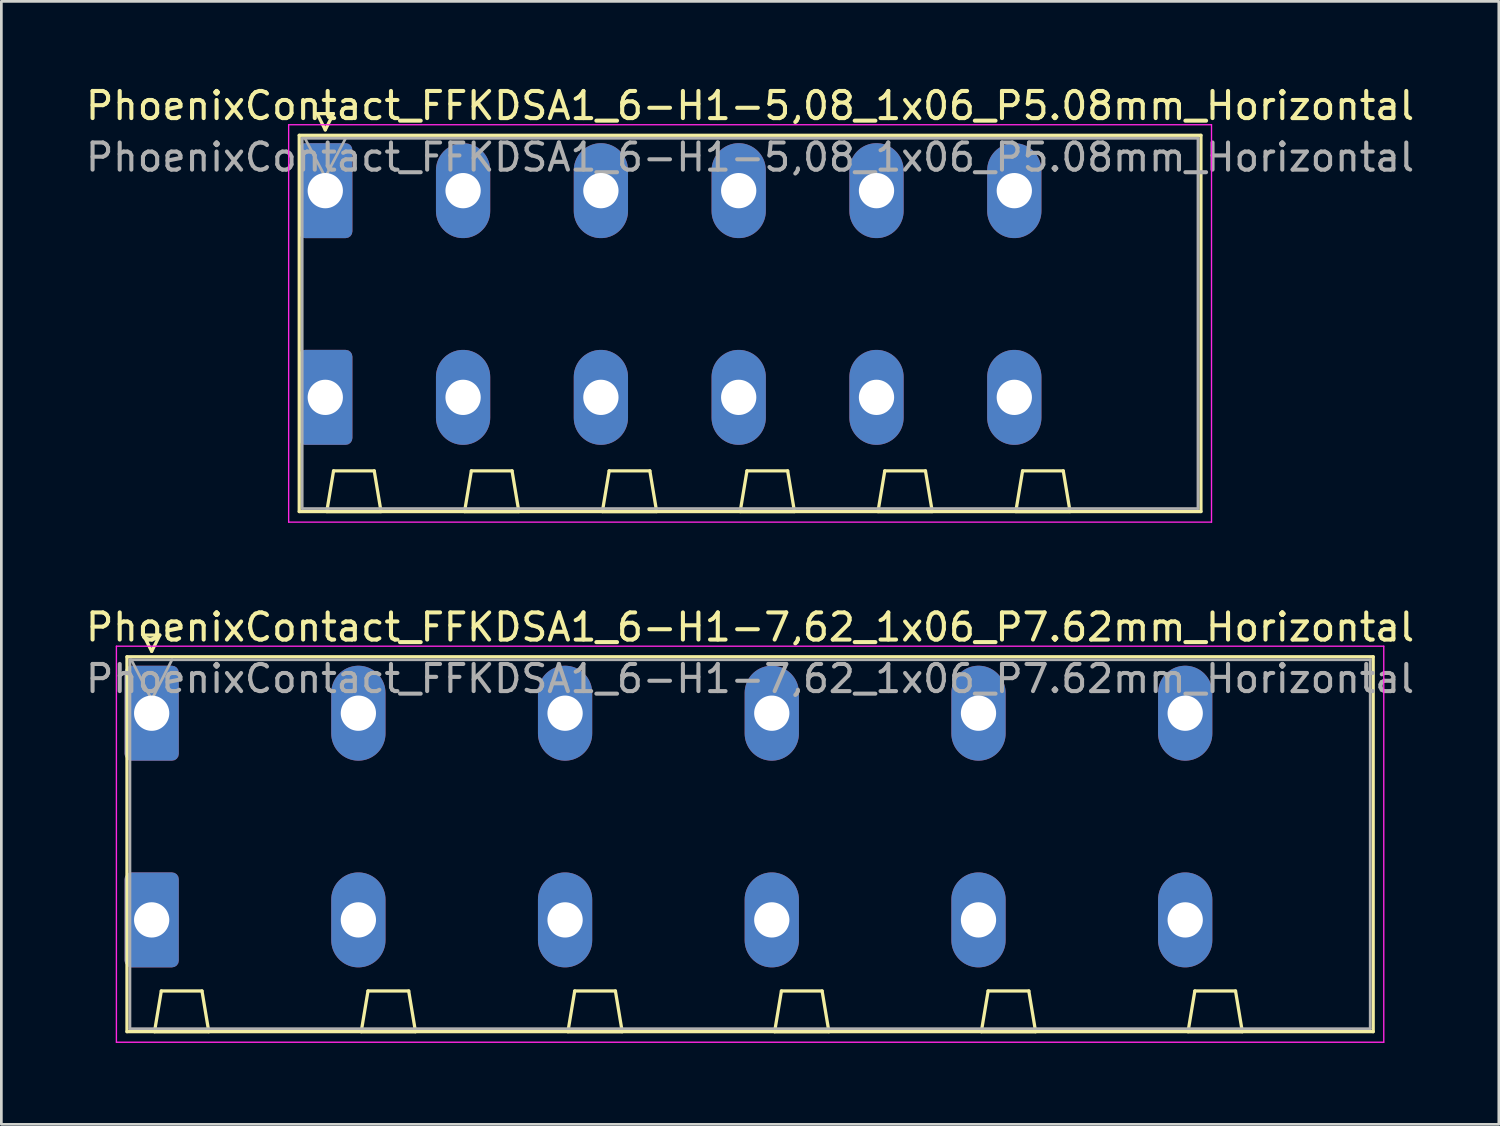
<source format=kicad_pcb>
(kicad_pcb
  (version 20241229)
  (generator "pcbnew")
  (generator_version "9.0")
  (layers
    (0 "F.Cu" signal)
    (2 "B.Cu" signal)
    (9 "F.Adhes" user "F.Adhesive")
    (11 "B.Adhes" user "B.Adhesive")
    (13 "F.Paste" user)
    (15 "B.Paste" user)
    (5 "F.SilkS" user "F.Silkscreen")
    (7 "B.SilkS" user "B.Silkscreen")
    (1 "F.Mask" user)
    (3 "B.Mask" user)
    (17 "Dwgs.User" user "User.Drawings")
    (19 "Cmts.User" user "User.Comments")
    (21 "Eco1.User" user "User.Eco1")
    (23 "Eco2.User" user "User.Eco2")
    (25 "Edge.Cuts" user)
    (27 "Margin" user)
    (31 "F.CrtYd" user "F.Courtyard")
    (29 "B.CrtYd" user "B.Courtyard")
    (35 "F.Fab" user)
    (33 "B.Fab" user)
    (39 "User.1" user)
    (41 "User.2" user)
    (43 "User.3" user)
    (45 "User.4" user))
  (footprint "PhoenixContact_FFKDSA1_6-H1-5,08_1x06_P5.08mm_Horizontal"
    (layer "F.Cu")
    (at 8.941 3.978)
    (property "Reference" "PhoenixContact_FFKDSA1_6-H1-5,08_1x06_P5.08mm_Horizontal" (at 15.66 -3.13 0) (layer "F.SilkS") (effects (font (size 1 1) (thickness 0.15))))
    (attr through_hole)
    (fp_line (start -0.96 -2.04) (end -0.96 11.83) (stroke (width 0.12) (type solid)) (layer "F.SilkS"))
    (fp_line (start -0.96 11.83) (end 32.28 11.83) (stroke (width 0.12) (type solid)) (layer "F.SilkS"))
    (fp_line (start -0.3 -2.84) (end 0.3 -2.84) (stroke (width 0.12) (type solid)) (layer "F.SilkS"))
    (fp_line (start 0 -2.24) (end -0.3 -2.84) (stroke (width 0.12) (type solid)) (layer "F.SilkS"))
    (fp_line (start 0.055 11.83) (end 2.055 11.83) (stroke (width 0.12) (type solid)) (layer "F.SilkS"))
    (fp_line (start 0.3 -2.84) (end 0 -2.24) (stroke (width 0.12) (type solid)) (layer "F.SilkS"))
    (fp_line (start 0.305 10.33) (end 0.055 11.83) (stroke (width 0.12) (type solid)) (layer "F.SilkS"))
    (fp_line (start 1.805 10.33) (end 0.305 10.33) (stroke (width 0.12) (type solid)) (layer "F.SilkS"))
    (fp_line (start 2.055 11.83) (end 1.805 10.33) (stroke (width 0.12) (type solid)) (layer "F.SilkS"))
    (fp_line (start 5.135 11.83) (end 7.135 11.83) (stroke (width 0.12) (type solid)) (layer "F.SilkS"))
    (fp_line (start 5.385 10.33) (end 5.135 11.83) (stroke (width 0.12) (type solid)) (layer "F.SilkS"))
    (fp_line (start 6.885 10.33) (end 5.385 10.33) (stroke (width 0.12) (type solid)) (layer "F.SilkS"))
    (fp_line (start 7.135 11.83) (end 6.885 10.33) (stroke (width 0.12) (type solid)) (layer "F.SilkS"))
    (fp_line (start 10.215 11.83) (end 12.215 11.83) (stroke (width 0.12) (type solid)) (layer "F.SilkS"))
    (fp_line (start 10.465 10.33) (end 10.215 11.83) (stroke (width 0.12) (type solid)) (layer "F.SilkS"))
    (fp_line (start 11.965 10.33) (end 10.465 10.33) (stroke (width 0.12) (type solid)) (layer "F.SilkS"))
    (fp_line (start 12.215 11.83) (end 11.965 10.33) (stroke (width 0.12) (type solid)) (layer "F.SilkS"))
    (fp_line (start 15.295 11.83) (end 17.295 11.83) (stroke (width 0.12) (type solid)) (layer "F.SilkS"))
    (fp_line (start 15.545 10.33) (end 15.295 11.83) (stroke (width 0.12) (type solid)) (layer "F.SilkS"))
    (fp_line (start 17.045 10.33) (end 15.545 10.33) (stroke (width 0.12) (type solid)) (layer "F.SilkS"))
    (fp_line (start 17.295 11.83) (end 17.045 10.33) (stroke (width 0.12) (type solid)) (layer "F.SilkS"))
    (fp_line (start 20.375 11.83) (end 22.375 11.83) (stroke (width 0.12) (type solid)) (layer "F.SilkS"))
    (fp_line (start 20.625 10.33) (end 20.375 11.83) (stroke (width 0.12) (type solid)) (layer "F.SilkS"))
    (fp_line (start 22.125 10.33) (end 20.625 10.33) (stroke (width 0.12) (type solid)) (layer "F.SilkS"))
    (fp_line (start 22.375 11.83) (end 22.125 10.33) (stroke (width 0.12) (type solid)) (layer "F.SilkS"))
    (fp_line (start 25.455 11.83) (end 27.455 11.83) (stroke (width 0.12) (type solid)) (layer "F.SilkS"))
    (fp_line (start 25.705 10.33) (end 25.455 11.83) (stroke (width 0.12) (type solid)) (layer "F.SilkS"))
    (fp_line (start 27.205 10.33) (end 25.705 10.33) (stroke (width 0.12) (type solid)) (layer "F.SilkS"))
    (fp_line (start 27.455 11.83) (end 27.205 10.33) (stroke (width 0.12) (type solid)) (layer "F.SilkS"))
    (fp_line (start 32.28 -2.04) (end -0.96 -2.04) (stroke (width 0.12) (type solid)) (layer "F.SilkS"))
    (fp_line (start 32.28 11.83) (end 32.28 -2.04) (stroke (width 0.12) (type solid)) (layer "F.SilkS"))
    (fp_line (start -1.35 -2.43) (end -1.35 12.22) (stroke (width 0.05) (type solid)) (layer "F.CrtYd"))
    (fp_line (start -1.35 12.22) (end 32.67 12.22) (stroke (width 0.05) (type solid)) (layer "F.CrtYd"))
    (fp_line (start 32.67 -2.43) (end -1.35 -2.43) (stroke (width 0.05) (type solid)) (layer "F.CrtYd"))
    (fp_line (start 32.67 12.22) (end 32.67 -2.43) (stroke (width 0.05) (type solid)) (layer "F.CrtYd"))
    (fp_line (start -0.85 -1.93) (end -0.85 11.72) (stroke (width 0.1) (type solid)) (layer "F.Fab"))
    (fp_line (start -0.85 11.72) (end 32.17 11.72) (stroke (width 0.1) (type solid)) (layer "F.Fab"))
    (fp_line (start 0 -0.5) (end -0.75 -1.93) (stroke (width 0.1) (type solid)) (layer "F.Fab"))
    (fp_line (start 0.75 -1.93) (end 0 -0.5) (stroke (width 0.1) (type solid)) (layer "F.Fab"))
    (fp_line (start 32.17 -1.93) (end -0.85 -1.93) (stroke (width 0.1) (type solid)) (layer "F.Fab"))
    (fp_line (start 32.17 11.72) (end 32.17 -1.93) (stroke (width 0.1) (type solid)) (layer "F.Fab"))
    (fp_text user "${REFERENCE}" (at 15.66 -1.23 0) (layer "F.Fab") (effects (font (size 1 1) (thickness 0.15))))
    (pad "1" thru_hole roundrect (at 0 0) (size 2 3.5) (drill 1.3) (layers "*.Cu" "*.Mask") (roundrect_rratio 0.125))
    (pad "1" thru_hole roundrect (at 0 7.62) (size 2 3.5) (drill 1.3) (layers "*.Cu" "*.Mask") (roundrect_rratio 0.125))
    (pad "2" thru_hole oval (at 5.08 0) (size 2 3.5) (drill 1.3) (layers "*.Cu" "*.Mask"))
    (pad "2" thru_hole oval (at 5.08 7.62) (size 2 3.5) (drill 1.3) (layers "*.Cu" "*.Mask"))
    (pad "3" thru_hole oval (at 10.16 0) (size 2 3.5) (drill 1.3) (layers "*.Cu" "*.Mask"))
    (pad "3" thru_hole oval (at 10.16 7.62) (size 2 3.5) (drill 1.3) (layers "*.Cu" "*.Mask"))
    (pad "4" thru_hole oval (at 15.24 0) (size 2 3.5) (drill 1.3) (layers "*.Cu" "*.Mask"))
    (pad "4" thru_hole oval (at 15.24 7.62) (size 2 3.5) (drill 1.3) (layers "*.Cu" "*.Mask"))
    (pad "5" thru_hole oval (at 20.32 0) (size 2 3.5) (drill 1.3) (layers "*.Cu" "*.Mask"))
    (pad "5" thru_hole oval (at 20.32 7.62) (size 2 3.5) (drill 1.3) (layers "*.Cu" "*.Mask"))
    (pad "6" thru_hole oval (at 25.4 0) (size 2 3.5) (drill 1.3) (layers "*.Cu" "*.Mask"))
    (pad "6" thru_hole oval (at 25.4 7.62) (size 2 3.5) (drill 1.3) (layers "*.Cu" "*.Mask")))
  (footprint "PhoenixContact_FFKDSA1_6-H1-7,62_1x06_P7.62mm_Horizontal"
    (layer "F.Cu")
    (at 2.541 23.241)
    (property "Reference" "PhoenixContact_FFKDSA1_6-H1-7,62_1x06_P7.62mm_Horizontal" (at 22.06 -3.17 0) (layer "F.SilkS") (effects (font (size 1 1) (thickness 0.15))))
    (attr through_hole)
    (fp_line (start -0.91 -2.08) (end -0.91 11.74) (stroke (width 0.12) (type solid)) (layer "F.SilkS"))
    (fp_line (start -0.91 11.74) (end 45.03 11.74) (stroke (width 0.12) (type solid)) (layer "F.SilkS"))
    (fp_line (start -0.3 -2.88) (end 0.3 -2.88) (stroke (width 0.12) (type solid)) (layer "F.SilkS"))
    (fp_line (start 0 -2.28) (end -0.3 -2.88) (stroke (width 0.12) (type solid)) (layer "F.SilkS"))
    (fp_line (start 0.105 11.74) (end 2.105 11.74) (stroke (width 0.12) (type solid)) (layer "F.SilkS"))
    (fp_line (start 0.3 -2.88) (end 0 -2.28) (stroke (width 0.12) (type solid)) (layer "F.SilkS"))
    (fp_line (start 0.355 10.24) (end 0.105 11.74) (stroke (width 0.12) (type solid)) (layer "F.SilkS"))
    (fp_line (start 1.855 10.24) (end 0.355 10.24) (stroke (width 0.12) (type solid)) (layer "F.SilkS"))
    (fp_line (start 2.105 11.74) (end 1.855 10.24) (stroke (width 0.12) (type solid)) (layer "F.SilkS"))
    (fp_line (start 7.725 11.74) (end 9.725 11.74) (stroke (width 0.12) (type solid)) (layer "F.SilkS"))
    (fp_line (start 7.975 10.24) (end 7.725 11.74) (stroke (width 0.12) (type solid)) (layer "F.SilkS"))
    (fp_line (start 9.475 10.24) (end 7.975 10.24) (stroke (width 0.12) (type solid)) (layer "F.SilkS"))
    (fp_line (start 9.725 11.74) (end 9.475 10.24) (stroke (width 0.12) (type solid)) (layer "F.SilkS"))
    (fp_line (start 15.345 11.74) (end 17.345 11.74) (stroke (width 0.12) (type solid)) (layer "F.SilkS"))
    (fp_line (start 15.595 10.24) (end 15.345 11.74) (stroke (width 0.12) (type solid)) (layer "F.SilkS"))
    (fp_line (start 17.095 10.24) (end 15.595 10.24) (stroke (width 0.12) (type solid)) (layer "F.SilkS"))
    (fp_line (start 17.345 11.74) (end 17.095 10.24) (stroke (width 0.12) (type solid)) (layer "F.SilkS"))
    (fp_line (start 22.965 11.74) (end 24.965 11.74) (stroke (width 0.12) (type solid)) (layer "F.SilkS"))
    (fp_line (start 23.215 10.24) (end 22.965 11.74) (stroke (width 0.12) (type solid)) (layer "F.SilkS"))
    (fp_line (start 24.715 10.24) (end 23.215 10.24) (stroke (width 0.12) (type solid)) (layer "F.SilkS"))
    (fp_line (start 24.965 11.74) (end 24.715 10.24) (stroke (width 0.12) (type solid)) (layer "F.SilkS"))
    (fp_line (start 30.585 11.74) (end 32.585 11.74) (stroke (width 0.12) (type solid)) (layer "F.SilkS"))
    (fp_line (start 30.835 10.24) (end 30.585 11.74) (stroke (width 0.12) (type solid)) (layer "F.SilkS"))
    (fp_line (start 32.335 10.24) (end 30.835 10.24) (stroke (width 0.12) (type solid)) (layer "F.SilkS"))
    (fp_line (start 32.585 11.74) (end 32.335 10.24) (stroke (width 0.12) (type solid)) (layer "F.SilkS"))
    (fp_line (start 38.205 11.74) (end 40.205 11.74) (stroke (width 0.12) (type solid)) (layer "F.SilkS"))
    (fp_line (start 38.455 10.24) (end 38.205 11.74) (stroke (width 0.12) (type solid)) (layer "F.SilkS"))
    (fp_line (start 39.955 10.24) (end 38.455 10.24) (stroke (width 0.12) (type solid)) (layer "F.SilkS"))
    (fp_line (start 40.205 11.74) (end 39.955 10.24) (stroke (width 0.12) (type solid)) (layer "F.SilkS"))
    (fp_line (start 45.03 -2.08) (end -0.91 -2.08) (stroke (width 0.12) (type solid)) (layer "F.SilkS"))
    (fp_line (start 45.03 11.74) (end 45.03 -2.08) (stroke (width 0.12) (type solid)) (layer "F.SilkS"))
    (fp_line (start -1.3 -2.47) (end -1.3 12.13) (stroke (width 0.05) (type solid)) (layer "F.CrtYd"))
    (fp_line (start -1.3 12.13) (end 45.42 12.13) (stroke (width 0.05) (type solid)) (layer "F.CrtYd"))
    (fp_line (start 45.42 -2.47) (end -1.3 -2.47) (stroke (width 0.05) (type solid)) (layer "F.CrtYd"))
    (fp_line (start 45.42 12.13) (end 45.42 -2.47) (stroke (width 0.05) (type solid)) (layer "F.CrtYd"))
    (fp_line (start -0.8 -1.97) (end -0.8 11.63) (stroke (width 0.1) (type solid)) (layer "F.Fab"))
    (fp_line (start -0.8 11.63) (end 44.92 11.63) (stroke (width 0.1) (type solid)) (layer "F.Fab"))
    (fp_line (start 0 -0.5) (end -0.75 -1.97) (stroke (width 0.1) (type solid)) (layer "F.Fab"))
    (fp_line (start 0.75 -1.97) (end 0 -0.5) (stroke (width 0.1) (type solid)) (layer "F.Fab"))
    (fp_line (start 44.92 -1.97) (end -0.8 -1.97) (stroke (width 0.1) (type solid)) (layer "F.Fab"))
    (fp_line (start 44.92 11.63) (end 44.92 -1.97) (stroke (width 0.1) (type solid)) (layer "F.Fab"))
    (fp_text user "${REFERENCE}" (at 22.06 -1.27 0) (layer "F.Fab") (effects (font (size 1 1) (thickness 0.15))))
    (pad "1" thru_hole roundrect (at 0 0) (size 2 3.5) (drill 1.3) (layers "*.Cu" "*.Mask") (roundrect_rratio 0.125))
    (pad "1" thru_hole roundrect (at 0 7.62) (size 2 3.5) (drill 1.3) (layers "*.Cu" "*.Mask") (roundrect_rratio 0.125))
    (pad "2" thru_hole oval (at 7.62 0) (size 2 3.5) (drill 1.3) (layers "*.Cu" "*.Mask"))
    (pad "2" thru_hole oval (at 7.62 7.62) (size 2 3.5) (drill 1.3) (layers "*.Cu" "*.Mask"))
    (pad "3" thru_hole oval (at 15.24 0) (size 2 3.5) (drill 1.3) (layers "*.Cu" "*.Mask"))
    (pad "3" thru_hole oval (at 15.24 7.62) (size 2 3.5) (drill 1.3) (layers "*.Cu" "*.Mask"))
    (pad "4" thru_hole oval (at 22.86 0) (size 2 3.5) (drill 1.3) (layers "*.Cu" "*.Mask"))
    (pad "4" thru_hole oval (at 22.86 7.62) (size 2 3.5) (drill 1.3) (layers "*.Cu" "*.Mask"))
    (pad "5" thru_hole oval (at 30.48 0) (size 2 3.5) (drill 1.3) (layers "*.Cu" "*.Mask"))
    (pad "5" thru_hole oval (at 30.48 7.62) (size 2 3.5) (drill 1.3) (layers "*.Cu" "*.Mask"))
    (pad "6" thru_hole oval (at 38.1 0) (size 2 3.5) (drill 1.3) (layers "*.Cu" "*.Mask"))
    (pad "6" thru_hole oval (at 38.1 7.62) (size 2 3.5) (drill 1.3) (layers "*.Cu" "*.Mask")))
  (gr_rect
    (start -3 -3)
    (end 52.202 38.397)
    (stroke (width 0.1) (type default))
    (fill no)
    (layer "Edge.Cuts")))
</source>
